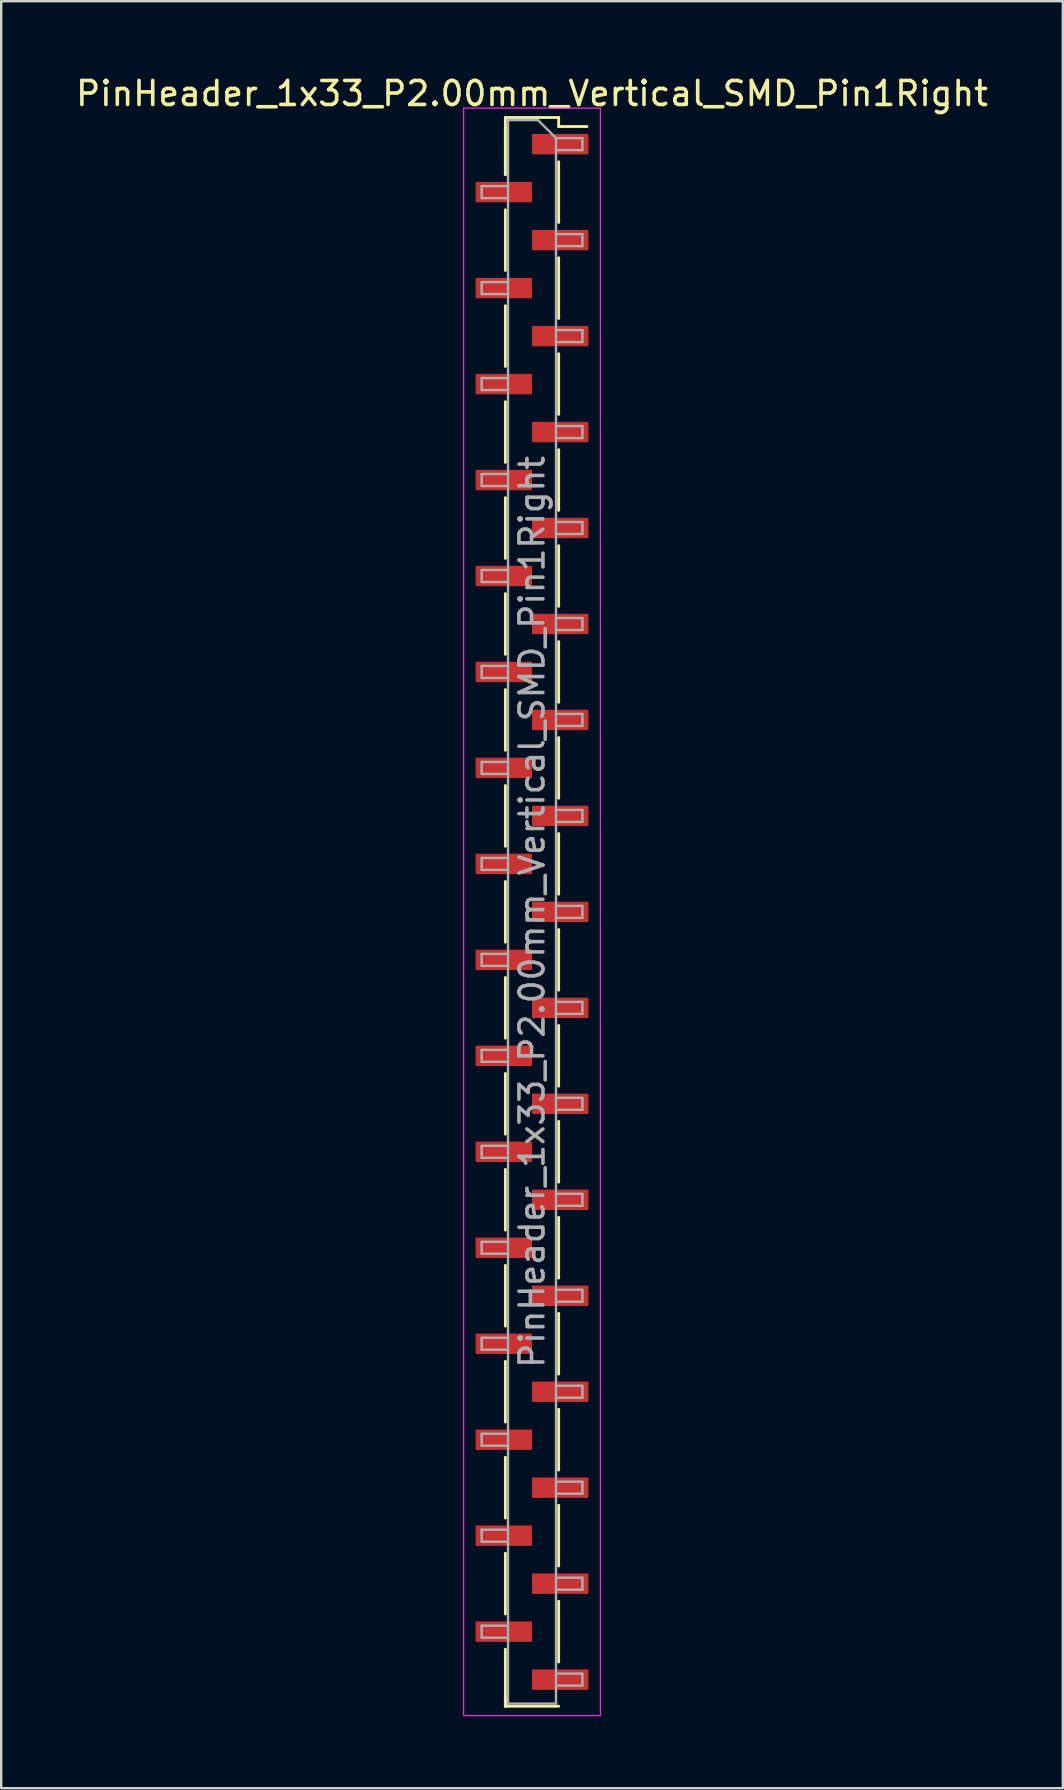
<source format=kicad_pcb>
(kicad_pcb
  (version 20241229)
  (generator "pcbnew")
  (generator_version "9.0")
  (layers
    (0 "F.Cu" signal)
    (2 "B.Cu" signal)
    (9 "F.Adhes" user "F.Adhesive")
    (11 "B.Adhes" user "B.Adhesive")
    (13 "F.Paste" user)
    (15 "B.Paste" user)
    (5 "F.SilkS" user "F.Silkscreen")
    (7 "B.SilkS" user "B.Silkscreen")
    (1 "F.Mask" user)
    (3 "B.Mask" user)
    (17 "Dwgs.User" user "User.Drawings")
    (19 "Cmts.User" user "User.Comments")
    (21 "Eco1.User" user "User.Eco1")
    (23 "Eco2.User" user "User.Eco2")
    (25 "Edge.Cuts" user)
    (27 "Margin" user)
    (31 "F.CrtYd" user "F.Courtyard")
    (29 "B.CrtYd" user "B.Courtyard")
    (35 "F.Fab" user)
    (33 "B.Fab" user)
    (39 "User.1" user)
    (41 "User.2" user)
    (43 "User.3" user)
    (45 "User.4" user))
  (footprint "PinHeader_1x33_P2.00mm_Vertical_SMD_Pin1Right"
    (layer "F.Cu")
    (at 19.125 34.958)
    (property "Reference" "PinHeader_1x33_P2.00mm_Vertical_SMD_Pin1Right" (at 0 -34.11 0) (layer "F.SilkS") (effects (font (size 1 1) (thickness 0.15))))
    (attr smd)
    (fp_line (start -1.11 -33.11) (end -1.11 -30.735) (stroke (width 0.12) (type solid)) (layer "F.SilkS"))
    (fp_line (start -1.11 -33.11) (end 1.11 -33.11) (stroke (width 0.12) (type solid)) (layer "F.SilkS"))
    (fp_line (start -1.11 -32.735) (end -1.11 -30.735) (stroke (width 0.12) (type solid)) (layer "F.SilkS"))
    (fp_line (start -1.11 -29.265) (end -1.11 -26.735) (stroke (width 0.12) (type solid)) (layer "F.SilkS"))
    (fp_line (start -1.11 -25.265) (end -1.11 -22.735) (stroke (width 0.12) (type solid)) (layer "F.SilkS"))
    (fp_line (start -1.11 -21.265) (end -1.11 -18.735) (stroke (width 0.12) (type solid)) (layer "F.SilkS"))
    (fp_line (start -1.11 -17.265) (end -1.11 -14.735) (stroke (width 0.12) (type solid)) (layer "F.SilkS"))
    (fp_line (start -1.11 -13.265) (end -1.11 -10.735) (stroke (width 0.12) (type solid)) (layer "F.SilkS"))
    (fp_line (start -1.11 -9.265) (end -1.11 -6.735) (stroke (width 0.12) (type solid)) (layer "F.SilkS"))
    (fp_line (start -1.11 -5.265) (end -1.11 -2.735) (stroke (width 0.12) (type solid)) (layer "F.SilkS"))
    (fp_line (start -1.11 -1.265) (end -1.11 1.265) (stroke (width 0.12) (type solid)) (layer "F.SilkS"))
    (fp_line (start -1.11 2.735) (end -1.11 5.265) (stroke (width 0.12) (type solid)) (layer "F.SilkS"))
    (fp_line (start -1.11 6.735) (end -1.11 9.265) (stroke (width 0.12) (type solid)) (layer "F.SilkS"))
    (fp_line (start -1.11 10.735) (end -1.11 13.265) (stroke (width 0.12) (type solid)) (layer "F.SilkS"))
    (fp_line (start -1.11 14.735) (end -1.11 17.265) (stroke (width 0.12) (type solid)) (layer "F.SilkS"))
    (fp_line (start -1.11 18.735) (end -1.11 21.265) (stroke (width 0.12) (type solid)) (layer "F.SilkS"))
    (fp_line (start -1.11 22.735) (end -1.11 25.265) (stroke (width 0.12) (type solid)) (layer "F.SilkS"))
    (fp_line (start -1.11 26.735) (end -1.11 29.265) (stroke (width 0.12) (type solid)) (layer "F.SilkS"))
    (fp_line (start -1.11 30.735) (end -1.11 33.11) (stroke (width 0.12) (type solid)) (layer "F.SilkS"))
    (fp_line (start -1.11 32.735) (end -1.11 33.11) (stroke (width 0.12) (type solid)) (layer "F.SilkS"))
    (fp_line (start -1.11 33.11) (end 1.11 33.11) (stroke (width 0.12) (type solid)) (layer "F.SilkS"))
    (fp_line (start 1.11 -33.11) (end 1.11 -32.735) (stroke (width 0.12) (type solid)) (layer "F.SilkS"))
    (fp_line (start 1.11 -32.735) (end 2.29 -32.735) (stroke (width 0.12) (type solid)) (layer "F.SilkS"))
    (fp_line (start 1.11 -31.265) (end 1.11 -28.735) (stroke (width 0.12) (type solid)) (layer "F.SilkS"))
    (fp_line (start 1.11 -27.265) (end 1.11 -24.735) (stroke (width 0.12) (type solid)) (layer "F.SilkS"))
    (fp_line (start 1.11 -23.265) (end 1.11 -20.735) (stroke (width 0.12) (type solid)) (layer "F.SilkS"))
    (fp_line (start 1.11 -19.265) (end 1.11 -16.735) (stroke (width 0.12) (type solid)) (layer "F.SilkS"))
    (fp_line (start 1.11 -15.265) (end 1.11 -12.735) (stroke (width 0.12) (type solid)) (layer "F.SilkS"))
    (fp_line (start 1.11 -11.265) (end 1.11 -8.735) (stroke (width 0.12) (type solid)) (layer "F.SilkS"))
    (fp_line (start 1.11 -7.265) (end 1.11 -4.735) (stroke (width 0.12) (type solid)) (layer "F.SilkS"))
    (fp_line (start 1.11 -3.265) (end 1.11 -0.735) (stroke (width 0.12) (type solid)) (layer "F.SilkS"))
    (fp_line (start 1.11 0.735) (end 1.11 3.265) (stroke (width 0.12) (type solid)) (layer "F.SilkS"))
    (fp_line (start 1.11 4.735) (end 1.11 7.265) (stroke (width 0.12) (type solid)) (layer "F.SilkS"))
    (fp_line (start 1.11 8.735) (end 1.11 11.265) (stroke (width 0.12) (type solid)) (layer "F.SilkS"))
    (fp_line (start 1.11 12.735) (end 1.11 15.265) (stroke (width 0.12) (type solid)) (layer "F.SilkS"))
    (fp_line (start 1.11 16.735) (end 1.11 19.265) (stroke (width 0.12) (type solid)) (layer "F.SilkS"))
    (fp_line (start 1.11 20.735) (end 1.11 23.265) (stroke (width 0.12) (type solid)) (layer "F.SilkS"))
    (fp_line (start 1.11 24.735) (end 1.11 27.265) (stroke (width 0.12) (type solid)) (layer "F.SilkS"))
    (fp_line (start 1.11 28.735) (end 1.11 31.265) (stroke (width 0.12) (type solid)) (layer "F.SilkS"))
    (fp_line (start -2.85 -33.5) (end -2.85 33.5) (stroke (width 0.05) (type solid)) (layer "F.CrtYd"))
    (fp_line (start -2.85 33.5) (end 2.85 33.5) (stroke (width 0.05) (type solid)) (layer "F.CrtYd"))
    (fp_line (start 2.85 -33.5) (end -2.85 -33.5) (stroke (width 0.05) (type solid)) (layer "F.CrtYd"))
    (fp_line (start 2.85 33.5) (end 2.85 -33.5) (stroke (width 0.05) (type solid)) (layer "F.CrtYd"))
    (fp_line (start -2.1 -30.25) (end -2.1 -29.75) (stroke (width 0.1) (type solid)) (layer "F.Fab"))
    (fp_line (start -2.1 -29.75) (end -1 -29.75) (stroke (width 0.1) (type solid)) (layer "F.Fab"))
    (fp_line (start -2.1 -26.25) (end -2.1 -25.75) (stroke (width 0.1) (type solid)) (layer "F.Fab"))
    (fp_line (start -2.1 -25.75) (end -1 -25.75) (stroke (width 0.1) (type solid)) (layer "F.Fab"))
    (fp_line (start -2.1 -22.25) (end -2.1 -21.75) (stroke (width 0.1) (type solid)) (layer "F.Fab"))
    (fp_line (start -2.1 -21.75) (end -1 -21.75) (stroke (width 0.1) (type solid)) (layer "F.Fab"))
    (fp_line (start -2.1 -18.25) (end -2.1 -17.75) (stroke (width 0.1) (type solid)) (layer "F.Fab"))
    (fp_line (start -2.1 -17.75) (end -1 -17.75) (stroke (width 0.1) (type solid)) (layer "F.Fab"))
    (fp_line (start -2.1 -14.25) (end -2.1 -13.75) (stroke (width 0.1) (type solid)) (layer "F.Fab"))
    (fp_line (start -2.1 -13.75) (end -1 -13.75) (stroke (width 0.1) (type solid)) (layer "F.Fab"))
    (fp_line (start -2.1 -10.25) (end -2.1 -9.75) (stroke (width 0.1) (type solid)) (layer "F.Fab"))
    (fp_line (start -2.1 -9.75) (end -1 -9.75) (stroke (width 0.1) (type solid)) (layer "F.Fab"))
    (fp_line (start -2.1 -6.25) (end -2.1 -5.75) (stroke (width 0.1) (type solid)) (layer "F.Fab"))
    (fp_line (start -2.1 -5.75) (end -1 -5.75) (stroke (width 0.1) (type solid)) (layer "F.Fab"))
    (fp_line (start -2.1 -2.25) (end -2.1 -1.75) (stroke (width 0.1) (type solid)) (layer "F.Fab"))
    (fp_line (start -2.1 -1.75) (end -1 -1.75) (stroke (width 0.1) (type solid)) (layer "F.Fab"))
    (fp_line (start -2.1 1.75) (end -2.1 2.25) (stroke (width 0.1) (type solid)) (layer "F.Fab"))
    (fp_line (start -2.1 2.25) (end -1 2.25) (stroke (width 0.1) (type solid)) (layer "F.Fab"))
    (fp_line (start -2.1 5.75) (end -2.1 6.25) (stroke (width 0.1) (type solid)) (layer "F.Fab"))
    (fp_line (start -2.1 6.25) (end -1 6.25) (stroke (width 0.1) (type solid)) (layer "F.Fab"))
    (fp_line (start -2.1 9.75) (end -2.1 10.25) (stroke (width 0.1) (type solid)) (layer "F.Fab"))
    (fp_line (start -2.1 10.25) (end -1 10.25) (stroke (width 0.1) (type solid)) (layer "F.Fab"))
    (fp_line (start -2.1 13.75) (end -2.1 14.25) (stroke (width 0.1) (type solid)) (layer "F.Fab"))
    (fp_line (start -2.1 14.25) (end -1 14.25) (stroke (width 0.1) (type solid)) (layer "F.Fab"))
    (fp_line (start -2.1 17.75) (end -2.1 18.25) (stroke (width 0.1) (type solid)) (layer "F.Fab"))
    (fp_line (start -2.1 18.25) (end -1 18.25) (stroke (width 0.1) (type solid)) (layer "F.Fab"))
    (fp_line (start -2.1 21.75) (end -2.1 22.25) (stroke (width 0.1) (type solid)) (layer "F.Fab"))
    (fp_line (start -2.1 22.25) (end -1 22.25) (stroke (width 0.1) (type solid)) (layer "F.Fab"))
    (fp_line (start -2.1 25.75) (end -2.1 26.25) (stroke (width 0.1) (type solid)) (layer "F.Fab"))
    (fp_line (start -2.1 26.25) (end -1 26.25) (stroke (width 0.1) (type solid)) (layer "F.Fab"))
    (fp_line (start -2.1 29.75) (end -2.1 30.25) (stroke (width 0.1) (type solid)) (layer "F.Fab"))
    (fp_line (start -2.1 30.25) (end -1 30.25) (stroke (width 0.1) (type solid)) (layer "F.Fab"))
    (fp_line (start -1 -33) (end -1 33) (stroke (width 0.1) (type solid)) (layer "F.Fab"))
    (fp_line (start -1 -33) (end 0.25 -33) (stroke (width 0.1) (type solid)) (layer "F.Fab"))
    (fp_line (start -1 -30.25) (end -2.1 -30.25) (stroke (width 0.1) (type solid)) (layer "F.Fab"))
    (fp_line (start -1 -26.25) (end -2.1 -26.25) (stroke (width 0.1) (type solid)) (layer "F.Fab"))
    (fp_line (start -1 -22.25) (end -2.1 -22.25) (stroke (width 0.1) (type solid)) (layer "F.Fab"))
    (fp_line (start -1 -18.25) (end -2.1 -18.25) (stroke (width 0.1) (type solid)) (layer "F.Fab"))
    (fp_line (start -1 -14.25) (end -2.1 -14.25) (stroke (width 0.1) (type solid)) (layer "F.Fab"))
    (fp_line (start -1 -10.25) (end -2.1 -10.25) (stroke (width 0.1) (type solid)) (layer "F.Fab"))
    (fp_line (start -1 -6.25) (end -2.1 -6.25) (stroke (width 0.1) (type solid)) (layer "F.Fab"))
    (fp_line (start -1 -2.25) (end -2.1 -2.25) (stroke (width 0.1) (type solid)) (layer "F.Fab"))
    (fp_line (start -1 1.75) (end -2.1 1.75) (stroke (width 0.1) (type solid)) (layer "F.Fab"))
    (fp_line (start -1 5.75) (end -2.1 5.75) (stroke (width 0.1) (type solid)) (layer "F.Fab"))
    (fp_line (start -1 9.75) (end -2.1 9.75) (stroke (width 0.1) (type solid)) (layer "F.Fab"))
    (fp_line (start -1 13.75) (end -2.1 13.75) (stroke (width 0.1) (type solid)) (layer "F.Fab"))
    (fp_line (start -1 17.75) (end -2.1 17.75) (stroke (width 0.1) (type solid)) (layer "F.Fab"))
    (fp_line (start -1 21.75) (end -2.1 21.75) (stroke (width 0.1) (type solid)) (layer "F.Fab"))
    (fp_line (start -1 25.75) (end -2.1 25.75) (stroke (width 0.1) (type solid)) (layer "F.Fab"))
    (fp_line (start -1 29.75) (end -2.1 29.75) (stroke (width 0.1) (type solid)) (layer "F.Fab"))
    (fp_line (start 1 -32.25) (end 0.25 -33) (stroke (width 0.1) (type solid)) (layer "F.Fab"))
    (fp_line (start 1 -32.25) (end 2.1 -32.25) (stroke (width 0.1) (type solid)) (layer "F.Fab"))
    (fp_line (start 1 -28.25) (end 2.1 -28.25) (stroke (width 0.1) (type solid)) (layer "F.Fab"))
    (fp_line (start 1 -24.25) (end 2.1 -24.25) (stroke (width 0.1) (type solid)) (layer "F.Fab"))
    (fp_line (start 1 -20.25) (end 2.1 -20.25) (stroke (width 0.1) (type solid)) (layer "F.Fab"))
    (fp_line (start 1 -16.25) (end 2.1 -16.25) (stroke (width 0.1) (type solid)) (layer "F.Fab"))
    (fp_line (start 1 -12.25) (end 2.1 -12.25) (stroke (width 0.1) (type solid)) (layer "F.Fab"))
    (fp_line (start 1 -8.25) (end 2.1 -8.25) (stroke (width 0.1) (type solid)) (layer "F.Fab"))
    (fp_line (start 1 -4.25) (end 2.1 -4.25) (stroke (width 0.1) (type solid)) (layer "F.Fab"))
    (fp_line (start 1 -0.25) (end 2.1 -0.25) (stroke (width 0.1) (type solid)) (layer "F.Fab"))
    (fp_line (start 1 3.75) (end 2.1 3.75) (stroke (width 0.1) (type solid)) (layer "F.Fab"))
    (fp_line (start 1 7.75) (end 2.1 7.75) (stroke (width 0.1) (type solid)) (layer "F.Fab"))
    (fp_line (start 1 11.75) (end 2.1 11.75) (stroke (width 0.1) (type solid)) (layer "F.Fab"))
    (fp_line (start 1 15.75) (end 2.1 15.75) (stroke (width 0.1) (type solid)) (layer "F.Fab"))
    (fp_line (start 1 19.75) (end 2.1 19.75) (stroke (width 0.1) (type solid)) (layer "F.Fab"))
    (fp_line (start 1 23.75) (end 2.1 23.75) (stroke (width 0.1) (type solid)) (layer "F.Fab"))
    (fp_line (start 1 27.75) (end 2.1 27.75) (stroke (width 0.1) (type solid)) (layer "F.Fab"))
    (fp_line (start 1 31.75) (end 2.1 31.75) (stroke (width 0.1) (type solid)) (layer "F.Fab"))
    (fp_line (start 1 33) (end -1 33) (stroke (width 0.1) (type solid)) (layer "F.Fab"))
    (fp_line (start 1 33) (end 1 -32.25) (stroke (width 0.1) (type solid)) (layer "F.Fab"))
    (fp_line (start 2.1 -32.25) (end 2.1 -31.75) (stroke (width 0.1) (type solid)) (layer "F.Fab"))
    (fp_line (start 2.1 -31.75) (end 1 -31.75) (stroke (width 0.1) (type solid)) (layer "F.Fab"))
    (fp_line (start 2.1 -28.25) (end 2.1 -27.75) (stroke (width 0.1) (type solid)) (layer "F.Fab"))
    (fp_line (start 2.1 -27.75) (end 1 -27.75) (stroke (width 0.1) (type solid)) (layer "F.Fab"))
    (fp_line (start 2.1 -24.25) (end 2.1 -23.75) (stroke (width 0.1) (type solid)) (layer "F.Fab"))
    (fp_line (start 2.1 -23.75) (end 1 -23.75) (stroke (width 0.1) (type solid)) (layer "F.Fab"))
    (fp_line (start 2.1 -20.25) (end 2.1 -19.75) (stroke (width 0.1) (type solid)) (layer "F.Fab"))
    (fp_line (start 2.1 -19.75) (end 1 -19.75) (stroke (width 0.1) (type solid)) (layer "F.Fab"))
    (fp_line (start 2.1 -16.25) (end 2.1 -15.75) (stroke (width 0.1) (type solid)) (layer "F.Fab"))
    (fp_line (start 2.1 -15.75) (end 1 -15.75) (stroke (width 0.1) (type solid)) (layer "F.Fab"))
    (fp_line (start 2.1 -12.25) (end 2.1 -11.75) (stroke (width 0.1) (type solid)) (layer "F.Fab"))
    (fp_line (start 2.1 -11.75) (end 1 -11.75) (stroke (width 0.1) (type solid)) (layer "F.Fab"))
    (fp_line (start 2.1 -8.25) (end 2.1 -7.75) (stroke (width 0.1) (type solid)) (layer "F.Fab"))
    (fp_line (start 2.1 -7.75) (end 1 -7.75) (stroke (width 0.1) (type solid)) (layer "F.Fab"))
    (fp_line (start 2.1 -4.25) (end 2.1 -3.75) (stroke (width 0.1) (type solid)) (layer "F.Fab"))
    (fp_line (start 2.1 -3.75) (end 1 -3.75) (stroke (width 0.1) (type solid)) (layer "F.Fab"))
    (fp_line (start 2.1 -0.25) (end 2.1 0.25) (stroke (width 0.1) (type solid)) (layer "F.Fab"))
    (fp_line (start 2.1 0.25) (end 1 0.25) (stroke (width 0.1) (type solid)) (layer "F.Fab"))
    (fp_line (start 2.1 3.75) (end 2.1 4.25) (stroke (width 0.1) (type solid)) (layer "F.Fab"))
    (fp_line (start 2.1 4.25) (end 1 4.25) (stroke (width 0.1) (type solid)) (layer "F.Fab"))
    (fp_line (start 2.1 7.75) (end 2.1 8.25) (stroke (width 0.1) (type solid)) (layer "F.Fab"))
    (fp_line (start 2.1 8.25) (end 1 8.25) (stroke (width 0.1) (type solid)) (layer "F.Fab"))
    (fp_line (start 2.1 11.75) (end 2.1 12.25) (stroke (width 0.1) (type solid)) (layer "F.Fab"))
    (fp_line (start 2.1 12.25) (end 1 12.25) (stroke (width 0.1) (type solid)) (layer "F.Fab"))
    (fp_line (start 2.1 15.75) (end 2.1 16.25) (stroke (width 0.1) (type solid)) (layer "F.Fab"))
    (fp_line (start 2.1 16.25) (end 1 16.25) (stroke (width 0.1) (type solid)) (layer "F.Fab"))
    (fp_line (start 2.1 19.75) (end 2.1 20.25) (stroke (width 0.1) (type solid)) (layer "F.Fab"))
    (fp_line (start 2.1 20.25) (end 1 20.25) (stroke (width 0.1) (type solid)) (layer "F.Fab"))
    (fp_line (start 2.1 23.75) (end 2.1 24.25) (stroke (width 0.1) (type solid)) (layer "F.Fab"))
    (fp_line (start 2.1 24.25) (end 1 24.25) (stroke (width 0.1) (type solid)) (layer "F.Fab"))
    (fp_line (start 2.1 27.75) (end 2.1 28.25) (stroke (width 0.1) (type solid)) (layer "F.Fab"))
    (fp_line (start 2.1 28.25) (end 1 28.25) (stroke (width 0.1) (type solid)) (layer "F.Fab"))
    (fp_line (start 2.1 31.75) (end 2.1 32.25) (stroke (width 0.1) (type solid)) (layer "F.Fab"))
    (fp_line (start 2.1 32.25) (end 1 32.25) (stroke (width 0.1) (type solid)) (layer "F.Fab"))
    (fp_text user "${REFERENCE}" (at 0 0 90) (layer "F.Fab") (effects (font (size 1 1) (thickness 0.15))))
    (pad "1" smd rect (at 1.175 -32) (size 2.35 0.85) (layers "F.Cu" "F.Mask" "F.Paste"))
    (pad "2" smd rect (at -1.175 -30) (size 2.35 0.85) (layers "F.Cu" "F.Mask" "F.Paste"))
    (pad "3" smd rect (at 1.175 -28) (size 2.35 0.85) (layers "F.Cu" "F.Mask" "F.Paste"))
    (pad "4" smd rect (at -1.175 -26) (size 2.35 0.85) (layers "F.Cu" "F.Mask" "F.Paste"))
    (pad "5" smd rect (at 1.175 -24) (size 2.35 0.85) (layers "F.Cu" "F.Mask" "F.Paste"))
    (pad "6" smd rect (at -1.175 -22) (size 2.35 0.85) (layers "F.Cu" "F.Mask" "F.Paste"))
    (pad "7" smd rect (at 1.175 -20) (size 2.35 0.85) (layers "F.Cu" "F.Mask" "F.Paste"))
    (pad "8" smd rect (at -1.175 -18) (size 2.35 0.85) (layers "F.Cu" "F.Mask" "F.Paste"))
    (pad "9" smd rect (at 1.175 -16) (size 2.35 0.85) (layers "F.Cu" "F.Mask" "F.Paste"))
    (pad "10" smd rect (at -1.175 -14) (size 2.35 0.85) (layers "F.Cu" "F.Mask" "F.Paste"))
    (pad "11" smd rect (at 1.175 -12) (size 2.35 0.85) (layers "F.Cu" "F.Mask" "F.Paste"))
    (pad "12" smd rect (at -1.175 -10) (size 2.35 0.85) (layers "F.Cu" "F.Mask" "F.Paste"))
    (pad "13" smd rect (at 1.175 -8) (size 2.35 0.85) (layers "F.Cu" "F.Mask" "F.Paste"))
    (pad "14" smd rect (at -1.175 -6) (size 2.35 0.85) (layers "F.Cu" "F.Mask" "F.Paste"))
    (pad "15" smd rect (at 1.175 -4) (size 2.35 0.85) (layers "F.Cu" "F.Mask" "F.Paste"))
    (pad "16" smd rect (at -1.175 -2) (size 2.35 0.85) (layers "F.Cu" "F.Mask" "F.Paste"))
    (pad "17" smd rect (at 1.175 0) (size 2.35 0.85) (layers "F.Cu" "F.Mask" "F.Paste"))
    (pad "18" smd rect (at -1.175 2) (size 2.35 0.85) (layers "F.Cu" "F.Mask" "F.Paste"))
    (pad "19" smd rect (at 1.175 4) (size 2.35 0.85) (layers "F.Cu" "F.Mask" "F.Paste"))
    (pad "20" smd rect (at -1.175 6) (size 2.35 0.85) (layers "F.Cu" "F.Mask" "F.Paste"))
    (pad "21" smd rect (at 1.175 8) (size 2.35 0.85) (layers "F.Cu" "F.Mask" "F.Paste"))
    (pad "22" smd rect (at -1.175 10) (size 2.35 0.85) (layers "F.Cu" "F.Mask" "F.Paste"))
    (pad "23" smd rect (at 1.175 12) (size 2.35 0.85) (layers "F.Cu" "F.Mask" "F.Paste"))
    (pad "24" smd rect (at -1.175 14) (size 2.35 0.85) (layers "F.Cu" "F.Mask" "F.Paste"))
    (pad "25" smd rect (at 1.175 16) (size 2.35 0.85) (layers "F.Cu" "F.Mask" "F.Paste"))
    (pad "26" smd rect (at -1.175 18) (size 2.35 0.85) (layers "F.Cu" "F.Mask" "F.Paste"))
    (pad "27" smd rect (at 1.175 20) (size 2.35 0.85) (layers "F.Cu" "F.Mask" "F.Paste"))
    (pad "28" smd rect (at -1.175 22) (size 2.35 0.85) (layers "F.Cu" "F.Mask" "F.Paste"))
    (pad "29" smd rect (at 1.175 24) (size 2.35 0.85) (layers "F.Cu" "F.Mask" "F.Paste"))
    (pad "30" smd rect (at -1.175 26) (size 2.35 0.85) (layers "F.Cu" "F.Mask" "F.Paste"))
    (pad "31" smd rect (at 1.175 28) (size 2.35 0.85) (layers "F.Cu" "F.Mask" "F.Paste"))
    (pad "32" smd rect (at -1.175 30) (size 2.35 0.85) (layers "F.Cu" "F.Mask" "F.Paste"))
    (pad "33" smd rect (at 1.175 32) (size 2.35 0.85) (layers "F.Cu" "F.Mask" "F.Paste")))
  (gr_rect
    (start -3 -3)
    (end 41.25 71.483)
    (stroke (width 0.1) (type default))
    (fill no)
    (layer "Edge.Cuts")))
</source>
